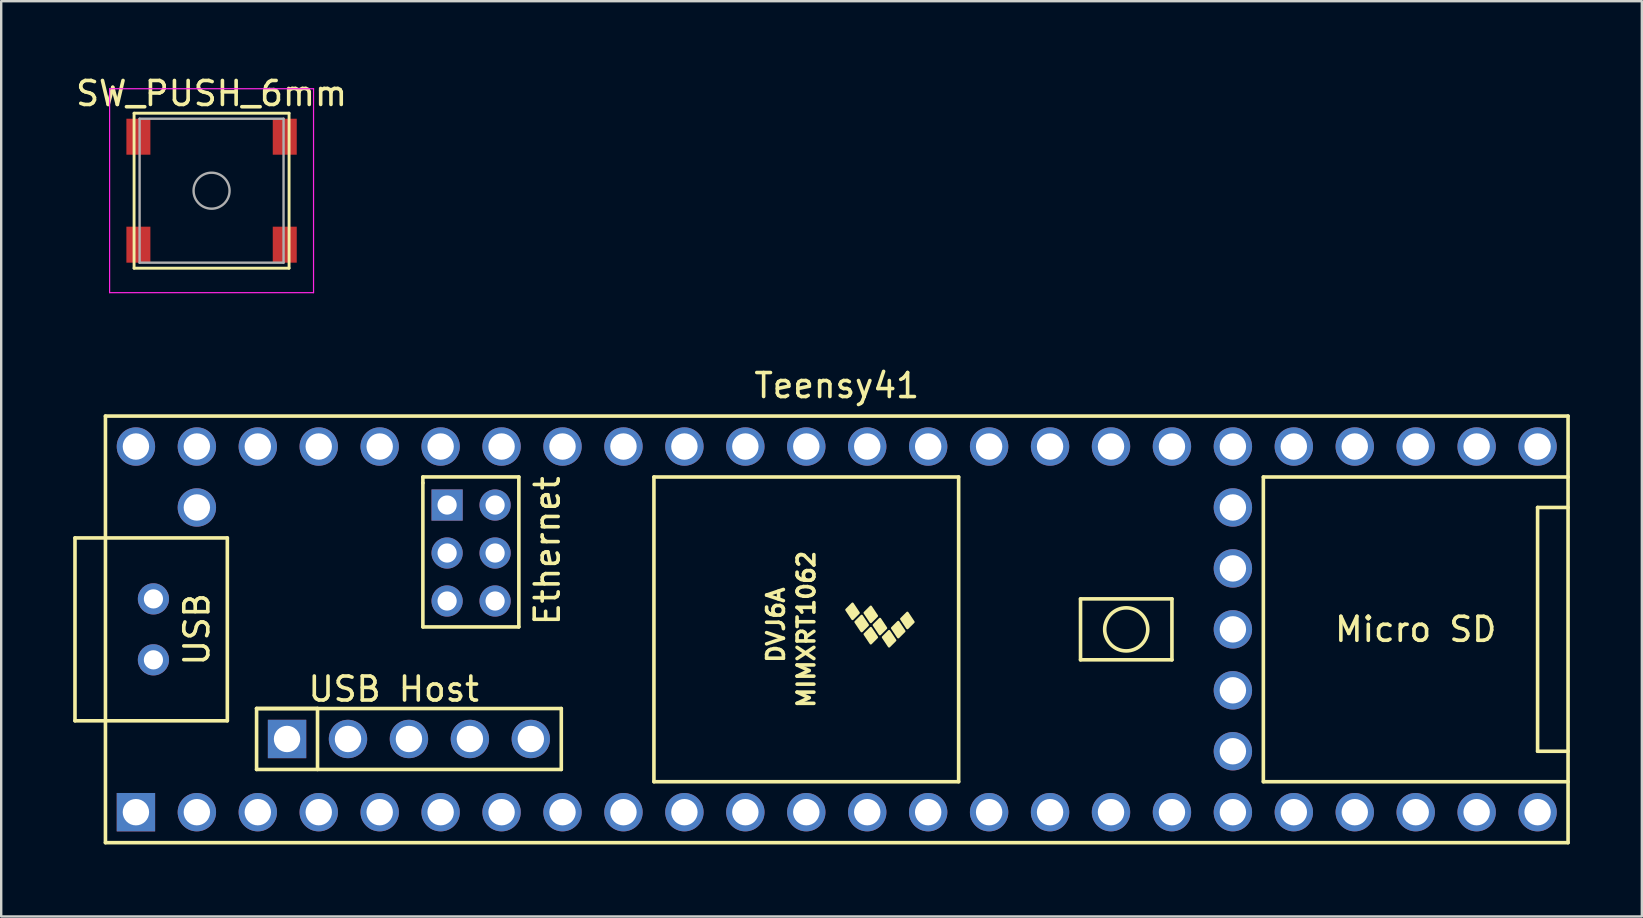
<source format=kicad_pcb>
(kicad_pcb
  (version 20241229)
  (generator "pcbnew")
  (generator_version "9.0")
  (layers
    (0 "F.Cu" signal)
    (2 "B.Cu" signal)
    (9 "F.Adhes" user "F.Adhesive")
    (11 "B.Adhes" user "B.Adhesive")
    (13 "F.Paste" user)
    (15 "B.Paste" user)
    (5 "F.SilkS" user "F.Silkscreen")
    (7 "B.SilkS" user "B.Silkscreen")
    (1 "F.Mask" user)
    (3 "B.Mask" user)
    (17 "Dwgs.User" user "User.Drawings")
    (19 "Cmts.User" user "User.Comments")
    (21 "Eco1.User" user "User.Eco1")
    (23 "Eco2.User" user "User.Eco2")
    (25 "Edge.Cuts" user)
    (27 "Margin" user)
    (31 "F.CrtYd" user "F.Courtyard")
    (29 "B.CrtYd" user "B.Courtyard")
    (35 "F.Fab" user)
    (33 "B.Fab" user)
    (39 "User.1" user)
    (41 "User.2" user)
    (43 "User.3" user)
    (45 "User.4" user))
  (footprint "SW_PUSH_6mm"
    (layer "F.Cu")
    (at 5.768 4.898)
    (property "Reference" "SW_PUSH_6mm" (at 0 -4.05 0) (layer "F.SilkS") (effects (font (size 1 1) (thickness 0.15))))
    (attr smd)
    (fp_line (start -3.23 -3.23) (end 3.23 -3.23) (stroke (width 0.12) (type solid)) (layer "F.SilkS"))
    (fp_line (start -3.23 3.23) (end -3.23 -3.23) (stroke (width 0.12) (type solid)) (layer "F.SilkS"))
    (fp_line (start 3.23 -3.23) (end 3.23 3.23) (stroke (width 0.12) (type solid)) (layer "F.SilkS"))
    (fp_line (start 3.23 3.23) (end -3.23 3.23) (stroke (width 0.12) (type solid)) (layer "F.SilkS"))
    (fp_line (start -4.25 -4.25) (end 4.25 -4.25) (stroke (width 0.05) (type solid)) (layer "F.CrtYd"))
    (fp_line (start -4.25 4.25) (end -4.25 -4.25) (stroke (width 0.05) (type solid)) (layer "F.CrtYd"))
    (fp_line (start 4.25 -4.25) (end 4.25 4.25) (stroke (width 0.05) (type solid)) (layer "F.CrtYd"))
    (fp_line (start 4.25 4.25) (end -4.25 4.25) (stroke (width 0.05) (type solid)) (layer "F.CrtYd"))
    (fp_line (start -3 -3) (end -3 3) (stroke (width 0.1) (type solid)) (layer "F.Fab"))
    (fp_line (start -3 3) (end 3 3) (stroke (width 0.1) (type solid)) (layer "F.Fab"))
    (fp_line (start 3 -3) (end -3 -3) (stroke (width 0.1) (type solid)) (layer "F.Fab"))
    (fp_line (start 3 3) (end 3 -3) (stroke (width 0.1) (type solid)) (layer "F.Fab"))
    (fp_circle (center 0 0) (end 0.75 0) (stroke (width 0.1) (type solid)) (fill no) (layer "F.Fab"))
    (pad "1" smd rect (at -3.05 -2.25) (size 1 1.5) (layers "F.Cu" "F.Mask" "F.Paste"))
    (pad "1" smd rect (at -3.05 2.25) (size 1 1.5) (layers "F.Cu" "F.Mask" "F.Paste"))
    (pad "2" smd rect (at 3.05 -2.25) (size 1 1.5) (layers "F.Cu" "F.Mask" "F.Paste"))
    (pad "2" smd rect (at 3.05 2.25) (size 1 1.5) (layers "F.Cu" "F.Mask" "F.Paste")))
  (footprint "Teensy41"
    (layer "F.Cu")
    (at 31.825 23.181)
    (property "Reference" "Teensy41" (at 0 -10.16 0) (layer "F.SilkS") (effects (font (size 1 1) (thickness 0.15))))
    (attr through_hole)
    (fp_line (start -31.75 -3.81) (end -30.48 -3.81) (stroke (width 0.15) (type solid)) (layer "F.SilkS"))
    (fp_line (start -31.75 3.81) (end -31.75 -3.81) (stroke (width 0.15) (type solid)) (layer "F.SilkS"))
    (fp_line (start -30.48 -8.89) (end 30.48 -8.89) (stroke (width 0.15) (type solid)) (layer "F.SilkS"))
    (fp_line (start -30.48 3.81) (end -31.75 3.81) (stroke (width 0.15) (type solid)) (layer "F.SilkS"))
    (fp_line (start -30.48 8.89) (end -30.48 -8.89) (stroke (width 0.15) (type solid)) (layer "F.SilkS"))
    (fp_line (start -25.4 -3.81) (end -30.48 -3.81) (stroke (width 0.15) (type solid)) (layer "F.SilkS"))
    (fp_line (start -25.4 3.81) (end -30.48 3.81) (stroke (width 0.15) (type solid)) (layer "F.SilkS"))
    (fp_line (start -25.4 3.81) (end -25.4 -3.81) (stroke (width 0.15) (type solid)) (layer "F.SilkS"))
    (fp_line (start -24.181 3.299) (end -21.641 3.299) (stroke (width 0.15) (type solid)) (layer "F.SilkS"))
    (fp_line (start -24.181 3.299) (end -11.481 3.299) (stroke (width 0.15) (type solid)) (layer "F.SilkS"))
    (fp_line (start -24.181 5.839) (end -24.181 3.299) (stroke (width 0.15) (type solid)) (layer "F.SilkS"))
    (fp_line (start -21.641 3.299) (end -21.641 5.839) (stroke (width 0.15) (type solid)) (layer "F.SilkS"))
    (fp_line (start -17.25 -6.352) (end -17.25 -6.102) (stroke (width 0.15) (type solid)) (layer "F.SilkS"))
    (fp_line (start -17.25 -6.102) (end -17.25 -0.102) (stroke (width 0.15) (type solid)) (layer "F.SilkS"))
    (fp_line (start -17.25 -0.102) (end -13.25 -0.102) (stroke (width 0.15) (type solid)) (layer "F.SilkS"))
    (fp_line (start -13.25 -6.352) (end -17.25 -6.352) (stroke (width 0.15) (type solid)) (layer "F.SilkS"))
    (fp_line (start -13.25 -0.102) (end -13.25 -6.352) (stroke (width 0.15) (type solid)) (layer "F.SilkS"))
    (fp_line (start -11.481 3.299) (end -11.481 5.839) (stroke (width 0.15) (type solid)) (layer "F.SilkS"))
    (fp_line (start -11.481 5.839) (end -24.181 5.839) (stroke (width 0.15) (type solid)) (layer "F.SilkS"))
    (fp_line (start -7.62 -6.35) (end -7.62 6.35) (stroke (width 0.15) (type solid)) (layer "F.SilkS"))
    (fp_line (start -7.62 6.35) (end 5.08 6.35) (stroke (width 0.15) (type solid)) (layer "F.SilkS"))
    (fp_line (start 5.08 -6.35) (end -7.62 -6.35) (stroke (width 0.15) (type solid)) (layer "F.SilkS"))
    (fp_line (start 5.08 6.35) (end 5.08 -6.35) (stroke (width 0.15) (type solid)) (layer "F.SilkS"))
    (fp_line (start 10.16 -1.27) (end 13.97 -1.27) (stroke (width 0.15) (type solid)) (layer "F.SilkS"))
    (fp_line (start 10.16 1.27) (end 10.16 -1.27) (stroke (width 0.15) (type solid)) (layer "F.SilkS"))
    (fp_line (start 13.97 -1.27) (end 13.97 1.27) (stroke (width 0.15) (type solid)) (layer "F.SilkS"))
    (fp_line (start 13.97 1.27) (end 10.16 1.27) (stroke (width 0.15) (type solid)) (layer "F.SilkS"))
    (fp_line (start 17.78 -6.35) (end 17.78 6.35) (stroke (width 0.15) (type solid)) (layer "F.SilkS"))
    (fp_line (start 17.78 6.35) (end 30.48 6.35) (stroke (width 0.15) (type solid)) (layer "F.SilkS"))
    (fp_line (start 29.21 -5.08) (end 29.21 5.08) (stroke (width 0.15) (type solid)) (layer "F.SilkS"))
    (fp_line (start 29.21 5.08) (end 30.48 5.08) (stroke (width 0.15) (type solid)) (layer "F.SilkS"))
    (fp_line (start 30.48 -8.89) (end 30.48 8.89) (stroke (width 0.15) (type solid)) (layer "F.SilkS"))
    (fp_line (start 30.48 -6.35) (end 17.78 -6.35) (stroke (width 0.15) (type solid)) (layer "F.SilkS"))
    (fp_line (start 30.48 -5.08) (end 29.21 -5.08) (stroke (width 0.15) (type solid)) (layer "F.SilkS"))
    (fp_line (start 30.48 8.89) (end -30.48 8.89) (stroke (width 0.15) (type solid)) (layer "F.SilkS"))
    (fp_circle (center 12.065 0) (end 12.7 -0.635) (stroke (width 0.15) (type solid)) (fill no) (layer "F.SilkS"))
    (fp_poly (pts (xy 0.911 -0.688) (xy 0.657 -0.434) (xy 0.403 -0.815) (xy 0.657 -1.069)) (stroke (width 0.1) (type solid)) (fill yes) (layer "F.SilkS"))
    (fp_poly (pts (xy 1.292 -0.18) (xy 1.038 0.074) (xy 0.784 -0.307) (xy 1.038 -0.561)) (stroke (width 0.1) (type solid)) (fill yes) (layer "F.SilkS"))
    (fp_poly (pts (xy 1.673 -0.561) (xy 1.419 -0.307) (xy 1.165 -0.688) (xy 1.419 -0.942)) (stroke (width 0.1) (type solid)) (fill yes) (layer "F.SilkS"))
    (fp_poly (pts (xy 1.673 0.328) (xy 1.419 0.582) (xy 1.165 0.201) (xy 1.419 -0.053)) (stroke (width 0.1) (type solid)) (fill yes) (layer "F.SilkS"))
    (fp_poly (pts (xy 2.054 -0.053) (xy 1.8 0.201) (xy 1.546 -0.18) (xy 1.8 -0.434)) (stroke (width 0.1) (type solid)) (fill yes) (layer "F.SilkS"))
    (fp_poly (pts (xy 2.435 0.455) (xy 2.181 0.709) (xy 1.927 0.328) (xy 2.181 0.074)) (stroke (width 0.1) (type solid)) (fill yes) (layer "F.SilkS"))
    (fp_poly (pts (xy 2.816 0.074) (xy 2.562 0.328) (xy 2.308 -0.053) (xy 2.562 -0.307)) (stroke (width 0.1) (type solid)) (fill yes) (layer "F.SilkS"))
    (fp_poly (pts (xy 3.197 -0.307) (xy 2.943 -0.053) (xy 2.689 -0.434) (xy 2.943 -0.688)) (stroke (width 0.1) (type solid)) (fill yes) (layer "F.SilkS"))
    (fp_text user "Ethernet" (at -12.065 -3.277 90) (layer "F.SilkS") (effects (font (size 1 1) (thickness 0.15))))
    (fp_text user "MIMXRT1062" (at -1.27 0 270) (layer "F.SilkS") (effects (font (size 0.7 0.7) (thickness 0.15))))
    (fp_text user "USB Host" (at -18.466 2.489 0) (layer "F.SilkS") (effects (font (size 1 1) (thickness 0.15))))
    (fp_text user "DVJ6A" (at -2.54 -0.18 270) (layer "F.SilkS") (effects (font (size 0.7 0.7) (thickness 0.15))))
    (fp_text user "USB" (at -26.67 0 270) (layer "F.SilkS") (effects (font (size 1 1) (thickness 0.15))))
    (fp_text user "Micro SD" (at 24.13 0 0) (layer "F.SilkS") (effects (font (size 1 1) (thickness 0.15))))
    (pad "1" thru_hole rect (at -29.21 7.62) (size 1.6 1.6) (drill 1.1) (layers "*.Cu" "*.Mask"))
    (pad "2" thru_hole circle (at -26.67 7.62) (size 1.6 1.6) (drill 1.1) (layers "*.Cu" "*.Mask"))
    (pad "3" thru_hole circle (at -24.13 7.62) (size 1.6 1.6) (drill 1.1) (layers "*.Cu" "*.Mask"))
    (pad "4" thru_hole circle (at -21.59 7.62) (size 1.6 1.6) (drill 1.1) (layers "*.Cu" "*.Mask"))
    (pad "5" thru_hole circle (at -19.05 7.62) (size 1.6 1.6) (drill 1.1) (layers "*.Cu" "*.Mask"))
    (pad "6" thru_hole circle (at -16.51 7.62) (size 1.6 1.6) (drill 1.1) (layers "*.Cu" "*.Mask"))
    (pad "7" thru_hole circle (at -13.97 7.62) (size 1.6 1.6) (drill 1.1) (layers "*.Cu" "*.Mask"))
    (pad "8" thru_hole circle (at -11.43 7.62) (size 1.6 1.6) (drill 1.1) (layers "*.Cu" "*.Mask"))
    (pad "9" thru_hole circle (at -8.89 7.62) (size 1.6 1.6) (drill 1.1) (layers "*.Cu" "*.Mask"))
    (pad "10" thru_hole circle (at -6.35 7.62) (size 1.6 1.6) (drill 1.1) (layers "*.Cu" "*.Mask"))
    (pad "11" thru_hole circle (at -3.81 7.62) (size 1.6 1.6) (drill 1.1) (layers "*.Cu" "*.Mask"))
    (pad "12" thru_hole circle (at -1.27 7.62) (size 1.6 1.6) (drill 1.1) (layers "*.Cu" "*.Mask"))
    (pad "13" thru_hole circle (at 1.27 7.62) (size 1.6 1.6) (drill 1.1) (layers "*.Cu" "*.Mask"))
    (pad "14" thru_hole circle (at 3.81 7.62) (size 1.6 1.6) (drill 1.1) (layers "*.Cu" "*.Mask"))
    (pad "15" thru_hole circle (at 6.35 7.62) (size 1.6 1.6) (drill 1.1) (layers "*.Cu" "*.Mask"))
    (pad "16" thru_hole circle (at 8.89 7.62) (size 1.6 1.6) (drill 1.1) (layers "*.Cu" "*.Mask"))
    (pad "17" thru_hole circle (at 11.43 7.62) (size 1.6 1.6) (drill 1.1) (layers "*.Cu" "*.Mask"))
    (pad "18" thru_hole circle (at 13.97 7.62) (size 1.6 1.6) (drill 1.1) (layers "*.Cu" "*.Mask"))
    (pad "19" thru_hole circle (at 16.51 7.62) (size 1.6 1.6) (drill 1.1) (layers "*.Cu" "*.Mask"))
    (pad "20" thru_hole circle (at 19.05 7.62) (size 1.6 1.6) (drill 1.1) (layers "*.Cu" "*.Mask"))
    (pad "21" thru_hole circle (at 21.59 7.62) (size 1.6 1.6) (drill 1.1) (layers "*.Cu" "*.Mask"))
    (pad "22" thru_hole circle (at 24.13 7.62) (size 1.6 1.6) (drill 1.1) (layers "*.Cu" "*.Mask"))
    (pad "23" thru_hole circle (at 26.67 7.62) (size 1.6 1.6) (drill 1.1) (layers "*.Cu" "*.Mask"))
    (pad "24" thru_hole circle (at 29.21 7.62) (size 1.6 1.6) (drill 1.1) (layers "*.Cu" "*.Mask"))
    (pad "25" thru_hole circle (at 29.21 -7.62) (size 1.6 1.6) (drill 1.1) (layers "*.Cu" "*.Mask"))
    (pad "26" thru_hole circle (at 26.67 -7.62) (size 1.6 1.6) (drill 1.1) (layers "*.Cu" "*.Mask"))
    (pad "27" thru_hole circle (at 24.13 -7.62) (size 1.6 1.6) (drill 1.1) (layers "*.Cu" "*.Mask"))
    (pad "28" thru_hole circle (at 21.59 -7.62) (size 1.6 1.6) (drill 1.1) (layers "*.Cu" "*.Mask"))
    (pad "29" thru_hole circle (at 19.05 -7.62) (size 1.6 1.6) (drill 1.1) (layers "*.Cu" "*.Mask"))
    (pad "30" thru_hole circle (at 16.51 -7.62) (size 1.6 1.6) (drill 1.1) (layers "*.Cu" "*.Mask"))
    (pad "31" thru_hole circle (at 13.97 -7.62) (size 1.6 1.6) (drill 1.1) (layers "*.Cu" "*.Mask"))
    (pad "32" thru_hole circle (at 11.43 -7.62) (size 1.6 1.6) (drill 1.1) (layers "*.Cu" "*.Mask"))
    (pad "33" thru_hole circle (at 8.89 -7.62) (size 1.6 1.6) (drill 1.1) (layers "*.Cu" "*.Mask"))
    (pad "34" thru_hole circle (at 6.35 -7.62) (size 1.6 1.6) (drill 1.1) (layers "*.Cu" "*.Mask"))
    (pad "35" thru_hole circle (at 3.81 -7.62) (size 1.6 1.6) (drill 1.1) (layers "*.Cu" "*.Mask"))
    (pad "36" thru_hole circle (at 1.27 -7.62) (size 1.6 1.6) (drill 1.1) (layers "*.Cu" "*.Mask"))
    (pad "37" thru_hole circle (at -1.27 -7.62) (size 1.6 1.6) (drill 1.1) (layers "*.Cu" "*.Mask"))
    (pad "38" thru_hole circle (at -3.81 -7.62) (size 1.6 1.6) (drill 1.1) (layers "*.Cu" "*.Mask"))
    (pad "39" thru_hole circle (at -6.35 -7.62) (size 1.6 1.6) (drill 1.1) (layers "*.Cu" "*.Mask"))
    (pad "40" thru_hole circle (at -8.89 -7.62) (size 1.6 1.6) (drill 1.1) (layers "*.Cu" "*.Mask"))
    (pad "41" thru_hole circle (at -11.43 -7.62) (size 1.6 1.6) (drill 1.1) (layers "*.Cu" "*.Mask"))
    (pad "42" thru_hole circle (at -13.97 -7.62) (size 1.6 1.6) (drill 1.1) (layers "*.Cu" "*.Mask"))
    (pad "43" thru_hole circle (at -16.51 -7.62) (size 1.6 1.6) (drill 1.1) (layers "*.Cu" "*.Mask"))
    (pad "44" thru_hole circle (at -19.05 -7.62) (size 1.6 1.6) (drill 1.1) (layers "*.Cu" "*.Mask"))
    (pad "45" thru_hole circle (at -21.59 -7.62) (size 1.6 1.6) (drill 1.1) (layers "*.Cu" "*.Mask"))
    (pad "46" thru_hole circle (at -24.13 -7.62) (size 1.6 1.6) (drill 1.1) (layers "*.Cu" "*.Mask"))
    (pad "47" thru_hole circle (at -26.67 -7.62) (size 1.6 1.6) (drill 1.1) (layers "*.Cu" "*.Mask"))
    (pad "48" thru_hole circle (at -29.21 -7.62) (size 1.6 1.6) (drill 1.1) (layers "*.Cu" "*.Mask"))
    (pad "49" thru_hole circle (at -26.67 -5.08) (size 1.6 1.6) (drill 1.1) (layers "*.Cu" "*.Mask"))
    (pad "50" thru_hole circle (at 16.51 5.08) (size 1.6 1.6) (drill 1.1) (layers "*.Cu" "*.Mask"))
    (pad "51" thru_hole circle (at 16.51 2.54) (size 1.6 1.6) (drill 1.1) (layers "*.Cu" "*.Mask"))
    (pad "52" thru_hole circle (at 16.51 0) (size 1.6 1.6) (drill 1.1) (layers "*.Cu" "*.Mask"))
    (pad "53" thru_hole circle (at 16.51 -2.54) (size 1.6 1.6) (drill 1.1) (layers "*.Cu" "*.Mask"))
    (pad "54" thru_hole circle (at 16.51 -5.08) (size 1.6 1.6) (drill 1.1) (layers "*.Cu" "*.Mask"))
    (pad "55" thru_hole rect (at -22.911 4.569) (size 1.6 1.6) (drill 1.1) (layers "*.Cu" "*.Mask"))
    (pad "56" thru_hole circle (at -20.371 4.569) (size 1.6 1.6) (drill 1.1) (layers "*.Cu" "*.Mask"))
    (pad "57" thru_hole circle (at -17.831 4.569) (size 1.6 1.6) (drill 1.1) (layers "*.Cu" "*.Mask"))
    (pad "58" thru_hole circle (at -15.291 4.569) (size 1.6 1.6) (drill 1.1) (layers "*.Cu" "*.Mask"))
    (pad "59" thru_hole circle (at -12.751 4.569) (size 1.6 1.6) (drill 1.1) (layers "*.Cu" "*.Mask"))
    (pad "60" thru_hole rect (at -16.24 -5.182) (size 1.3 1.3) (drill 0.8) (layers "*.Cu" "*.Mask"))
    (pad "61" thru_hole circle (at -16.24 -3.182) (size 1.3 1.3) (drill 0.8) (layers "*.Cu" "*.Mask"))
    (pad "62" thru_hole circle (at -16.24 -1.182) (size 1.3 1.3) (drill 0.8) (layers "*.Cu" "*.Mask"))
    (pad "63" thru_hole circle (at -14.24 -1.182) (size 1.3 1.3) (drill 0.8) (layers "*.Cu" "*.Mask"))
    (pad "64" thru_hole circle (at -14.24 -3.182) (size 1.3 1.3) (drill 0.8) (layers "*.Cu" "*.Mask"))
    (pad "65" thru_hole circle (at -14.24 -5.182) (size 1.3 1.3) (drill 0.8) (layers "*.Cu" "*.Mask"))
    (pad "66" thru_hole circle (at -28.48 -1.27) (size 1.3 1.3) (drill 0.8) (layers "*.Cu" "*.Mask"))
    (pad "67" thru_hole circle (at -28.48 1.27) (size 1.3 1.3) (drill 0.8) (layers "*.Cu" "*.Mask")))
  (gr_rect
    (start -3 -3)
    (end 65.38 35.147)
    (stroke (width 0.1) (type default))
    (fill no)
    (layer "Edge.Cuts")))
</source>
